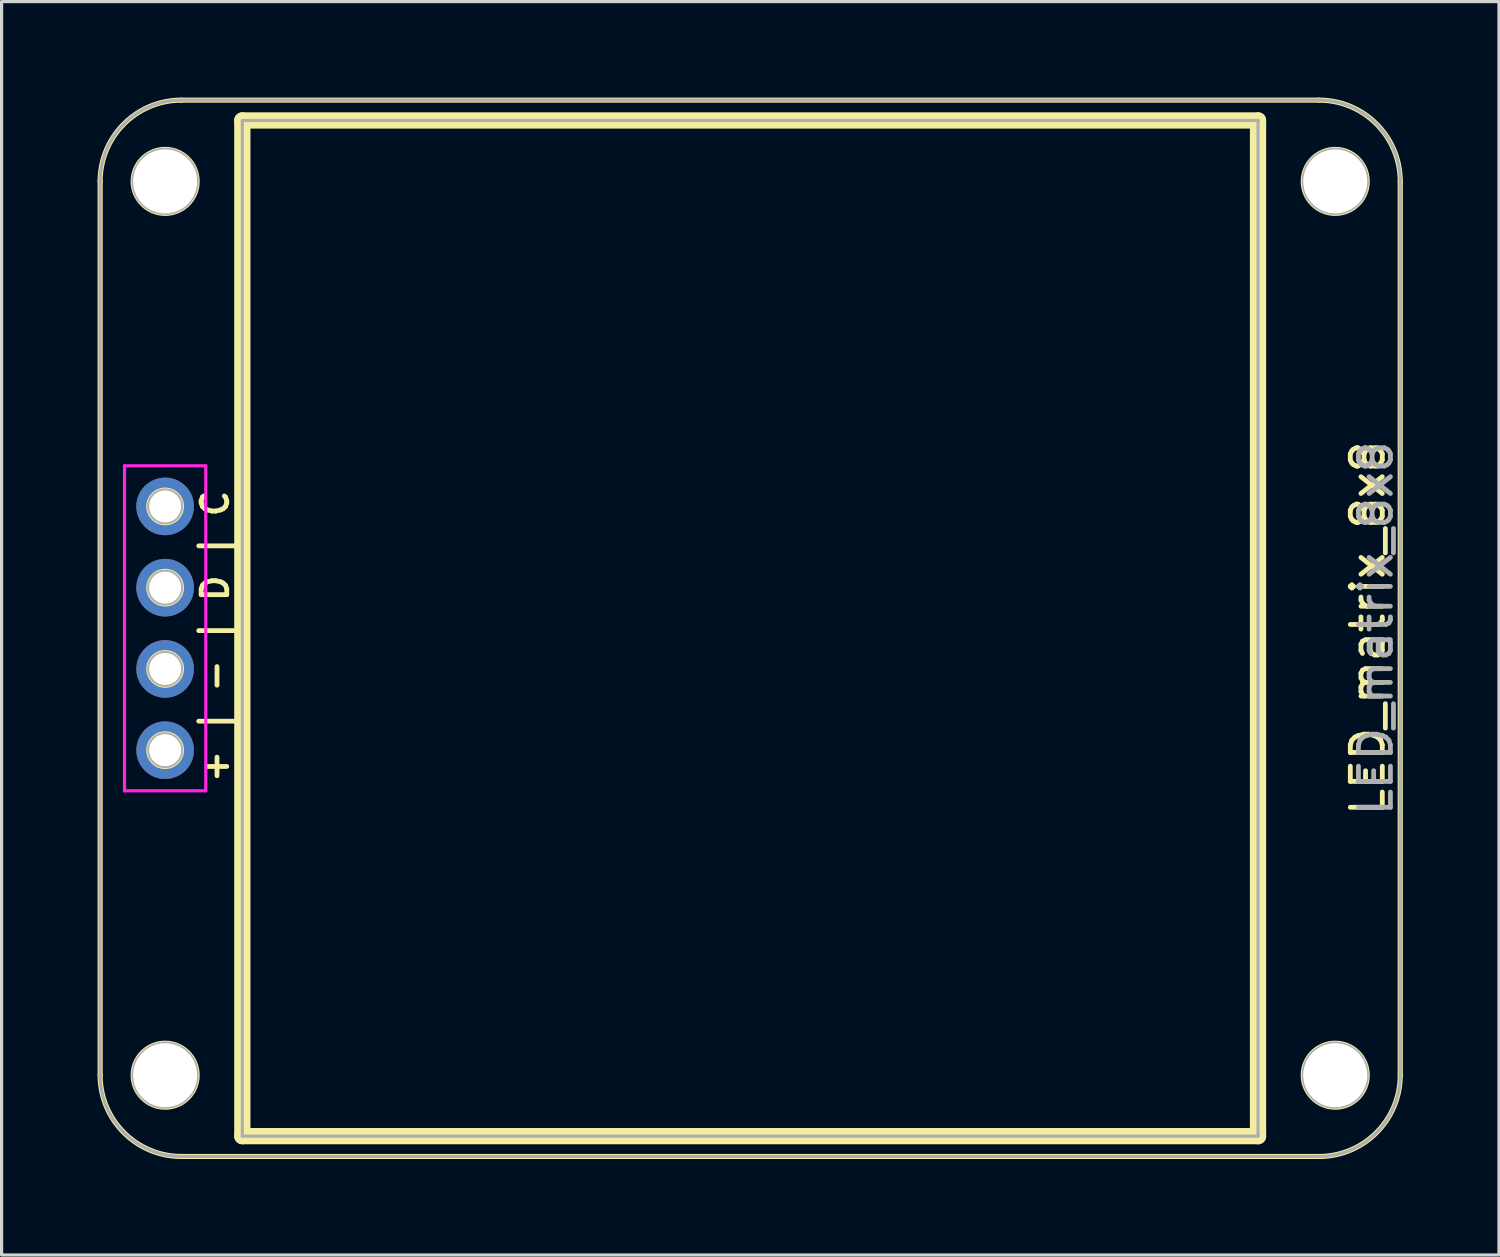
<source format=kicad_pcb>
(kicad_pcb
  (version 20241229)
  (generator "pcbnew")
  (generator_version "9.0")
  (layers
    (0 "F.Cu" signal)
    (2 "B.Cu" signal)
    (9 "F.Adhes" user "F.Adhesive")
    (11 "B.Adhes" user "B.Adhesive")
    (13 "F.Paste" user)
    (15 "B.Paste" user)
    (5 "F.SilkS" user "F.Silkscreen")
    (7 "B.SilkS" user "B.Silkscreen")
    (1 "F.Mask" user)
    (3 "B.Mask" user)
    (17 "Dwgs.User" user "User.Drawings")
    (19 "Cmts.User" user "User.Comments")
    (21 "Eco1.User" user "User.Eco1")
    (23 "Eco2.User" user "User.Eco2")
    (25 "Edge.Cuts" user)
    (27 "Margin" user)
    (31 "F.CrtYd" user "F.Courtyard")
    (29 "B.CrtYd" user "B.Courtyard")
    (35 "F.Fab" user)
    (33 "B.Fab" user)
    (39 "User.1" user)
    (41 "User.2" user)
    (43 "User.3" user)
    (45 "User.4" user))
  (footprint "LED_matrix_8x8"
    (layer "F.Cu")
    (at 2.112 16.59)
    (property "Reference" "LED_matrix_8x8" (at 37.592 0 90) (layer "F.SilkS") (effects (font (size 1 1) (thickness 0.15))))
    (attr through_hole)
    (fp_line (start -2.032 13.97) (end -2.032 -13.97) (stroke (width 0.16) (type solid)) (layer "F.SilkS"))
    (fp_line (start 0.508 -16.51) (end 36.068 -16.51) (stroke (width 0.16) (type solid)) (layer "F.SilkS"))
    (fp_line (start 2.413 -15.875) (end 2.413 15.875) (stroke (width 0.508) (type solid)) (layer "F.SilkS"))
    (fp_line (start 2.413 15.875) (end 34.163 15.875) (stroke (width 0.508) (type solid)) (layer "F.SilkS"))
    (fp_line (start 34.163 -15.875) (end 2.413 -15.875) (stroke (width 0.508) (type solid)) (layer "F.SilkS"))
    (fp_line (start 34.163 15.875) (end 34.163 -15.875) (stroke (width 0.508) (type solid)) (layer "F.SilkS"))
    (fp_line (start 36.068 16.51) (end 0.508 16.51) (stroke (width 0.16) (type solid)) (layer "F.SilkS"))
    (fp_line (start 38.608 -13.97) (end 38.608 13.97) (stroke (width 0.16) (type solid)) (layer "F.SilkS"))
    (fp_arc (start -2.032 -13.97) (mid -1.288051 -15.766051) (end 0.508 -16.51) (stroke (width 0.16) (type solid)) (layer "F.SilkS"))
    (fp_arc (start 0.508 16.51) (mid -1.288051 15.766051) (end -2.032 13.97) (stroke (width 0.16) (type solid)) (layer "F.SilkS"))
    (fp_arc (start 36.068 -16.51) (mid 37.864051 -15.766051) (end 38.608 -13.97) (stroke (width 0.16) (type solid)) (layer "F.SilkS"))
    (fp_arc (start 38.608 13.97) (mid 37.864051 15.766051) (end 36.068 16.51) (stroke (width 0.16) (type solid)) (layer "F.SilkS"))
    (fp_circle (center 0 -13.97) (end -1 -13.97) (stroke (width 0.16) (type solid)) (fill no) (layer "F.SilkS"))
    (fp_circle (center 0 -3.81) (end -0.51 -3.81) (stroke (width 0.16) (type solid)) (fill no) (layer "F.SilkS"))
    (fp_circle (center 0 -1.27) (end -0.51 -1.27) (stroke (width 0.16) (type solid)) (fill no) (layer "F.SilkS"))
    (fp_circle (center 0 1.27) (end -0.51 1.27) (stroke (width 0.16) (type solid)) (fill no) (layer "F.SilkS"))
    (fp_circle (center 0 3.81) (end -0.51 3.81) (stroke (width 0.16) (type solid)) (fill no) (layer "F.SilkS"))
    (fp_circle (center 0 13.97) (end -1 13.97) (stroke (width 0.16) (type solid)) (fill no) (layer "F.SilkS"))
    (fp_circle (center 36.576 -13.97) (end 35.576 -13.97) (stroke (width 0.16) (type solid)) (fill no) (layer "F.SilkS"))
    (fp_circle (center 36.576 13.97) (end 35.576 13.97) (stroke (width 0.16) (type solid)) (fill no) (layer "F.SilkS"))
    (fp_line (start -1.27 -5.08) (end 1.27 -5.08) (stroke (width 0.1) (type default)) (layer "F.CrtYd"))
    (fp_line (start -1.27 5.08) (end -1.27 -5.08) (stroke (width 0.1) (type default)) (layer "F.CrtYd"))
    (fp_line (start 1.27 -5.08) (end 1.27 5.08) (stroke (width 0.1) (type default)) (layer "F.CrtYd"))
    (fp_line (start 1.27 5.08) (end -1.27 5.08) (stroke (width 0.1) (type default)) (layer "F.CrtYd"))
    (fp_line (start -2.032 13.97) (end -2.032 -13.97) (stroke (width 0.1) (type solid)) (layer "F.Fab"))
    (fp_line (start 0.508 -16.51) (end 36.068 -16.51) (stroke (width 0.1) (type solid)) (layer "F.Fab"))
    (fp_line (start 2.413 -15.875) (end 2.413 15.875) (stroke (width 0.1) (type solid)) (layer "F.Fab"))
    (fp_line (start 2.413 15.875) (end 34.163 15.875) (stroke (width 0.1) (type solid)) (layer "F.Fab"))
    (fp_line (start 34.163 -15.875) (end 2.413 -15.875) (stroke (width 0.1) (type solid)) (layer "F.Fab"))
    (fp_line (start 34.163 15.875) (end 34.163 -15.875) (stroke (width 0.1) (type solid)) (layer "F.Fab"))
    (fp_line (start 36.068 16.51) (end 0.508 16.51) (stroke (width 0.1) (type solid)) (layer "F.Fab"))
    (fp_line (start 38.608 -13.97) (end 38.608 13.97) (stroke (width 0.1) (type solid)) (layer "F.Fab"))
    (fp_arc (start -2.032 -13.97) (mid -1.288051 -15.766051) (end 0.508 -16.51) (stroke (width 0.1) (type solid)) (layer "F.Fab"))
    (fp_arc (start 0.508 16.51) (mid -1.288051 15.766051) (end -2.032 13.97) (stroke (width 0.1) (type solid)) (layer "F.Fab"))
    (fp_arc (start 36.068 -16.51) (mid 37.864051 -15.766051) (end 38.608 -13.97) (stroke (width 0.1) (type solid)) (layer "F.Fab"))
    (fp_arc (start 38.608 13.97) (mid 37.864051 15.766051) (end 36.068 16.51) (stroke (width 0.1) (type solid)) (layer "F.Fab"))
    (fp_circle (center 0 -13.97) (end -1 -13.97) (stroke (width 0.1) (type solid)) (fill no) (layer "F.Fab"))
    (fp_circle (center 0 -3.81) (end -0.51 -3.81) (stroke (width 0.1) (type solid)) (fill no) (layer "F.Fab"))
    (fp_circle (center 0 -1.27) (end -0.51 -1.27) (stroke (width 0.1) (type solid)) (fill no) (layer "F.Fab"))
    (fp_circle (center 0 1.27) (end -0.51 1.27) (stroke (width 0.1) (type solid)) (fill no) (layer "F.Fab"))
    (fp_circle (center 0 3.81) (end -0.51 3.81) (stroke (width 0.1) (type solid)) (fill no) (layer "F.Fab"))
    (fp_circle (center 0 13.97) (end -1 13.97) (stroke (width 0.1) (type solid)) (fill no) (layer "F.Fab"))
    (fp_circle (center 36.576 -13.97) (end 35.576 -13.97) (stroke (width 0.1) (type solid)) (fill no) (layer "F.Fab"))
    (fp_circle (center 36.576 13.97) (end 35.576 13.97) (stroke (width 0.1) (type solid)) (fill no) (layer "F.Fab"))
    (fp_text user "+ | - | D | C" (at 2.032 0.254 90) (unlocked yes) (layer "F.SilkS") (effects (font (size 0.8 0.762) (thickness 0.15) (bold yes)) (justify bottom)))
    (fp_text user "${REFERENCE}" (at 37.846 0 90) (layer "F.Fab") (effects (font (size 1 1) (thickness 0.15))))
    (pad "" np_thru_hole circle (at 0 -13.97) (size 2 2) (drill 2) (layers "*.Cu" "*.Mask"))
    (pad "" np_thru_hole circle (at 0 13.97) (size 2 2) (drill 2) (layers "*.Cu" "*.Mask"))
    (pad "" np_thru_hole circle (at 36.576 -13.97) (size 2 2) (drill 2) (layers "*.Cu" "*.Mask"))
    (pad "" np_thru_hole circle (at 36.576 13.97) (size 2 2) (drill 2) (layers "*.Cu" "*.Mask"))
    (pad "GND" thru_hole circle (at 0 1.27) (size 1.8 1.8) (drill 1) (layers "*.Cu" "*.Mask"))
    (pad "SCL" thru_hole circle (at 0 -3.81) (size 1.8 1.8) (drill 1) (layers "*.Cu" "*.Mask"))
    (pad "SDA" thru_hole circle (at 0 -1.27) (size 1.8 1.8) (drill 1) (layers "*.Cu" "*.Mask"))
    (pad "VCC" thru_hole circle (at 0 3.81) (size 1.8 1.8) (drill 1) (layers "*.Cu" "*.Mask")))
  (gr_rect
    (start -3 -3)
    (end 43.806 36.18)
    (stroke (width 0.1) (type default))
    (fill no)
    (layer "Edge.Cuts")))
</source>
